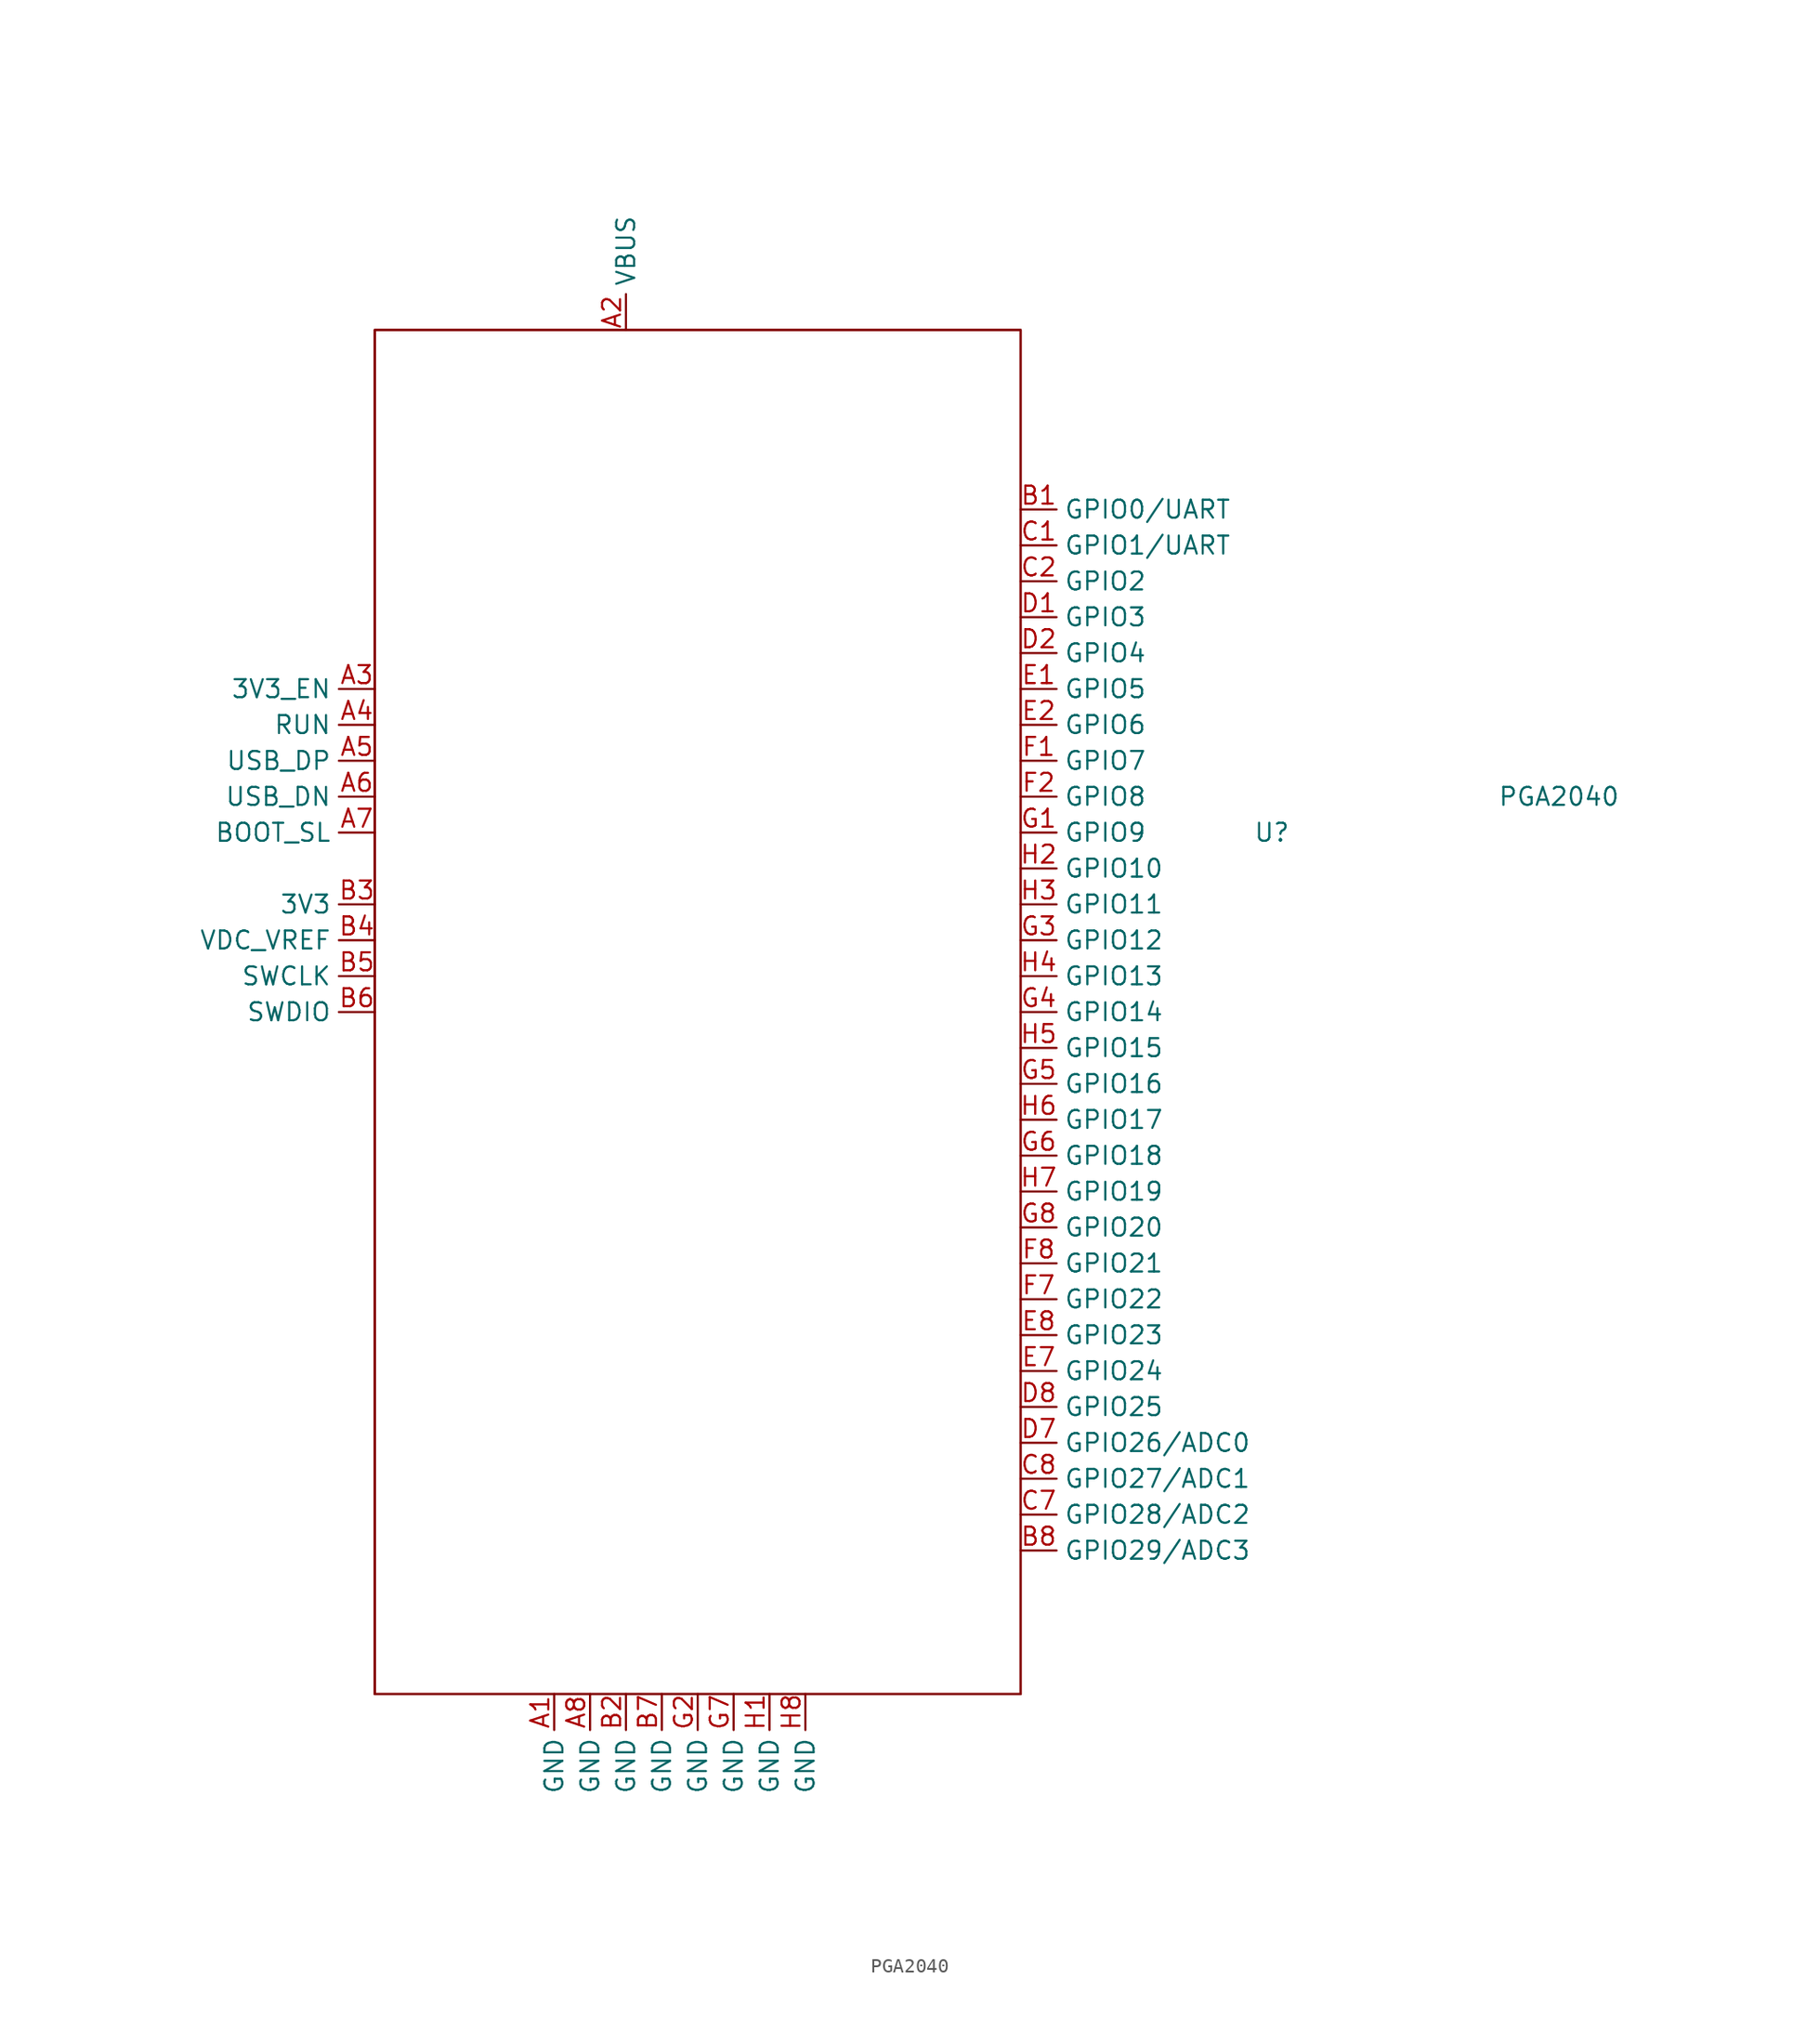
<source format=kicad_sym>
(kicad_symbol_lib
  (version 20211014)
  (generator kicad_symbol_editor)
  (symbol "PGA2040"
    (property "Reference" "U"
      (at 43.18 7.62 0)
      (effects (font (size 1.27 1.27))))
    (property "Value" "PGA2040"
      (at 63.5 10.16 0)
      (effects (font (size 1.27 1.27))))
    (property "DNP" ""
      (at 0 0 0)
      (effects (font (size 1.27 1.27))))
    (symbol "PGA2040_0_1"
      (rectangle (start -20.32 43.18) (end 25.4 -53.34) (stroke (width 0) (type default) (color 0 0 0 0)) (fill (type none)))
      (rectangle (start -20.32 43.18) (end 25.4 -53.34) (stroke (width 0) (type default) (color 0 0 0 0)) (fill (type none))))
    (symbol "PGA2040_1_1"
      (pin bidirectional line (at -7.62 -53.34 270) (length 2.54) (name "GND" (effects (font (size 1.27 1.27)))) (number "A1" (effects (font (size 1.27 1.27)))))
      (pin bidirectional line (at -2.54 43.18 90) (length 2.54) (name "VBUS" (effects (font (size 1.27 1.27)))) (number "A2" (effects (font (size 1.27 1.27)))))
      (pin bidirectional line (at -20.32 17.78 180) (length 2.54) (name "3V3_EN" (effects (font (size 1.27 1.27)))) (number "A3" (effects (font (size 1.27 1.27)))))
      (pin bidirectional line (at -20.32 15.24 180) (length 2.54) (name "RUN" (effects (font (size 1.27 1.27)))) (number "A4" (effects (font (size 1.27 1.27)))))
      (pin bidirectional line (at -20.32 12.7 180) (length 2.54) (name "USB_DP" (effects (font (size 1.27 1.27)))) (number "A5" (effects (font (size 1.27 1.27)))))
      (pin bidirectional line (at -20.32 10.16 180) (length 2.54) (name "USB_DN" (effects (font (size 1.27 1.27)))) (number "A6" (effects (font (size 1.27 1.27)))) (alternate "I2C1 SDA" bidirectional line) (alternate "SPI0 SCK" bidirectional line))
      (pin bidirectional line (at -20.32 7.62 180) (length 2.54) (name "BOOT_SL" (effects (font (size 1.27 1.27)))) (number "A7" (effects (font (size 1.27 1.27)))) (alternate "I2C1 SCL" bidirectional line) (alternate "SPI0 TX" bidirectional line))
      (pin bidirectional line (at -5.08 -53.34 270) (length 2.54) (name "GND" (effects (font (size 1.27 1.27)))) (number "A8" (effects (font (size 1.27 1.27)))))
      (pin bidirectional line (at 25.4 30.48 0) (length 2.54) (name "GPIO0/UART" (effects (font (size 1.27 1.27)))) (number "B1" (effects (font (size 1.27 1.27)))))
      (pin bidirectional line (at -2.54 -53.34 270) (length 2.54) (name "GND" (effects (font (size 1.27 1.27)))) (number "B2" (effects (font (size 1.27 1.27)))))
      (pin bidirectional line (at -20.32 2.54 180) (length 2.54) (name "3V3" (effects (font (size 1.27 1.27)))) (number "B3" (effects (font (size 1.27 1.27)))))
      (pin bidirectional line (at -20.32 0 180) (length 2.54) (name "VDC_VREF" (effects (font (size 1.27 1.27)))) (number "B4" (effects (font (size 1.27 1.27)))))
      (pin bidirectional line (at -20.32 -2.54 180) (length 2.54) (name "SWCLK" (effects (font (size 1.27 1.27)))) (number "B5" (effects (font (size 1.27 1.27)))) (alternate "ADC1" bidirectional line))
      (pin bidirectional line (at -20.32 -5.08 180) (length 2.54) (name "SWDIO" (effects (font (size 1.27 1.27)))) (number "B6" (effects (font (size 1.27 1.27)))))
      (pin bidirectional line (at 0 -53.34 270) (length 2.54) (name "GND" (effects (font (size 1.27 1.27)))) (number "B7" (effects (font (size 1.27 1.27)))))
      (pin bidirectional line (at 25.4 -43.18 0) (length 2.54) (name "GPIO29/ADC3" (effects (font (size 1.27 1.27)))) (number "B8" (effects (font (size 1.27 1.27)))) (alternate "ADC3" bidirectional line))
      (pin bidirectional line (at 25.4 27.94 0) (length 2.54) (name "GPIO1/UART" (effects (font (size 1.27 1.27)))) (number "C1" (effects (font (size 1.27 1.27)))) (alternate "ADC2" bidirectional line))
      (pin bidirectional line (at 25.4 25.4 0) (length 2.54) (name "GPIO2" (effects (font (size 1.27 1.27)))) (number "C2" (effects (font (size 1.27 1.27)))) (alternate "ADC0" bidirectional line) (alternate "I2C1 SDA" bidirectional line))
      (pin bidirectional line (at 25.4 -40.64 0) (length 2.54) (name "GPIO28/ADC2" (effects (font (size 1.27 1.27)))) (number "C7" (effects (font (size 1.27 1.27)))) (alternate "ADC2" bidirectional line))
      (pin bidirectional line (at 25.4 -38.1 0) (length 2.54) (name "GPIO27/ADC1" (effects (font (size 1.27 1.27)))) (number "C8" (effects (font (size 1.27 1.27)))) (alternate "ADC0" bidirectional line))
      (pin bidirectional line (at 25.4 22.86 0) (length 2.54) (name "GPIO3" (effects (font (size 1.27 1.27)))) (number "D1" (effects (font (size 1.27 1.27)))) (alternate "ADC1" bidirectional line) (alternate "I2C1 SCL" bidirectional line))
      (pin bidirectional line (at 25.4 20.32 0) (length 2.54) (name "GPIO4" (effects (font (size 1.27 1.27)))) (number "D2" (effects (font (size 1.27 1.27)))) (alternate "ADC2" bidirectional line))
      (pin bidirectional line (at 25.4 -35.56 0) (length 2.54) (name "GPIO26/ADC0" (effects (font (size 1.27 1.27)))) (number "D7" (effects (font (size 1.27 1.27)))))
      (pin bidirectional line (at 25.4 -33.02 0) (length 2.54) (name "GPIO25" (effects (font (size 1.27 1.27)))) (number "D8" (effects (font (size 1.27 1.27)))))
      (pin bidirectional line (at 25.4 17.78 0) (length 2.54) (name "GPIO5" (effects (font (size 1.27 1.27)))) (number "E1" (effects (font (size 1.27 1.27)))) (alternate "I2C0 SCL" bidirectional line))
      (pin bidirectional line (at 25.4 15.24 0) (length 2.54) (name "GPIO6" (effects (font (size 1.27 1.27)))) (number "E2" (effects (font (size 1.27 1.27)))))
      (pin bidirectional line (at 25.4 -30.48 0) (length 2.54) (name "GPIO24" (effects (font (size 1.27 1.27)))) (number "E7" (effects (font (size 1.27 1.27)))))
      (pin bidirectional line (at 25.4 -27.94 0) (length 2.54) (name "GPIO23" (effects (font (size 1.27 1.27)))) (number "E8" (effects (font (size 1.27 1.27)))))
      (pin bidirectional line (at 25.4 12.7 0) (length 2.54) (name "GPIO7" (effects (font (size 1.27 1.27)))) (number "F1" (effects (font (size 1.27 1.27)))) (alternate "I2C0 SDA" bidirectional line) (alternate "SPI0 RX" bidirectional line) (alternate "UART0 TX" bidirectional line))
      (pin bidirectional line (at 25.4 10.16 0) (length 2.54) (name "GPIO8" (effects (font (size 1.27 1.27)))) (number "F2" (effects (font (size 1.27 1.27)))))
      (pin bidirectional line (at 25.4 -25.4 0) (length 2.54) (name "GPIO22" (effects (font (size 1.27 1.27)))) (number "F7" (effects (font (size 1.27 1.27)))))
      (pin bidirectional line (at 25.4 -22.86 0) (length 2.54) (name "GPIO21" (effects (font (size 1.27 1.27)))) (number "F8" (effects (font (size 1.27 1.27)))))
      (pin bidirectional line (at 25.4 7.62 0) (length 2.54) (name "GPIO9" (effects (font (size 1.27 1.27)))) (number "G1" (effects (font (size 1.27 1.27)))) (alternate "I2C1 SCL" bidirectional line) (alternate "SPI0 TX" bidirectional line))
      (pin bidirectional line (at 2.54 -53.34 270) (length 2.54) (name "GND" (effects (font (size 1.27 1.27)))) (number "G2" (effects (font (size 1.27 1.27)))) (alternate "I2C0 SDA" bidirectional line) (alternate "SPI0 RX" bidirectional line) (alternate "UART1 TX" bidirectional line))
      (pin bidirectional line (at 25.4 0 0) (length 2.54) (name "GPIO12" (effects (font (size 1.27 1.27)))) (number "G3" (effects (font (size 1.27 1.27)))) (alternate "I2C0 SCL" bidirectional line) (alternate "SPI0 CSn" bidirectional line) (alternate "UART1 RX" bidirectional line))
      (pin bidirectional line (at 25.4 -5.08 0) (length 2.54) (name "GPIO14" (effects (font (size 1.27 1.27)))) (number "G4" (effects (font (size 1.27 1.27)))))
      (pin bidirectional line (at 25.4 -10.16 0) (length 2.54) (name "GPIO16" (effects (font (size 1.27 1.27)))) (number "G5" (effects (font (size 1.27 1.27)))) (alternate "I2C1 SDA" bidirectional line) (alternate "SPI0 SCK" bidirectional line))
      (pin bidirectional line (at 25.4 -15.24 0) (length 2.54) (name "GPIO18" (effects (font (size 1.27 1.27)))) (number "G6" (effects (font (size 1.27 1.27)))) (alternate "I2C0 SDA" bidirectional line) (alternate "SPI1 RX" bidirectional line) (alternate "UART1 TX" bidirectional line))
      (pin bidirectional line (at 5.08 -53.34 270) (length 2.54) (name "GND" (effects (font (size 1.27 1.27)))) (number "G7" (effects (font (size 1.27 1.27)))) (alternate "I2C0 SCL" bidirectional line) (alternate "SPI1 CSn" bidirectional line) (alternate "UART1 RX" bidirectional line))
      (pin bidirectional line (at 25.4 -20.32 0) (length 2.54) (name "GPIO20" (effects (font (size 1.27 1.27)))) (number "G8" (effects (font (size 1.27 1.27)))))
      (pin bidirectional line (at 7.62 -53.34 270) (length 2.54) (name "GND" (effects (font (size 1.27 1.27)))) (number "H1" (effects (font (size 1.27 1.27)))) (alternate "I2C1 SDA" bidirectional line) (alternate "SPI1 SCK" bidirectional line))
      (pin bidirectional line (at 25.4 5.08 0) (length 2.54) (name "GPIO10" (effects (font (size 1.27 1.27)))) (number "H2" (effects (font (size 1.27 1.27)))) (alternate "I2C1 SCL" bidirectional line) (alternate "SPI1 TX" bidirectional line))
      (pin bidirectional line (at 25.4 2.54 0) (length 2.54) (name "GPIO11" (effects (font (size 1.27 1.27)))) (number "H3" (effects (font (size 1.27 1.27)))) (alternate "I2C0 SDA" bidirectional line) (alternate "SPI1 RX" bidirectional line) (alternate "UART0 TX" bidirectional line))
      (pin bidirectional line (at 25.4 -2.54 0) (length 2.54) (name "GPIO13" (effects (font (size 1.27 1.27)))) (number "H4" (effects (font (size 1.27 1.27)))) (alternate "I2C0 SCL" bidirectional line) (alternate "SPI1 CSn" bidirectional line) (alternate "UART0 RX" bidirectional line))
      (pin bidirectional line (at 25.4 -7.62 0) (length 2.54) (name "GPIO15" (effects (font (size 1.27 1.27)))) (number "H5" (effects (font (size 1.27 1.27)))))
      (pin bidirectional line (at 25.4 -12.7 0) (length 2.54) (name "GPIO17" (effects (font (size 1.27 1.27)))) (number "H6" (effects (font (size 1.27 1.27)))) (alternate "I2C1 SDA" bidirectional line) (alternate "SPI1 SCK" bidirectional line))
      (pin bidirectional line (at 25.4 -17.78 0) (length 2.54) (name "GPIO19" (effects (font (size 1.27 1.27)))) (number "H7" (effects (font (size 1.27 1.27)))) (alternate "I2C1 SCL" bidirectional line) (alternate "SPI1 TX" bidirectional line))
      (pin bidirectional line (at 10.16 -53.34 270) (length 2.54) (name "GND" (effects (font (size 1.27 1.27)))) (number "H8" (effects (font (size 1.27 1.27)))) (alternate "I2C0 SDA" bidirectional line) (alternate "SPI1 RX" bidirectional line) (alternate "UART0 TX" bidirectional line)))))
</source>
